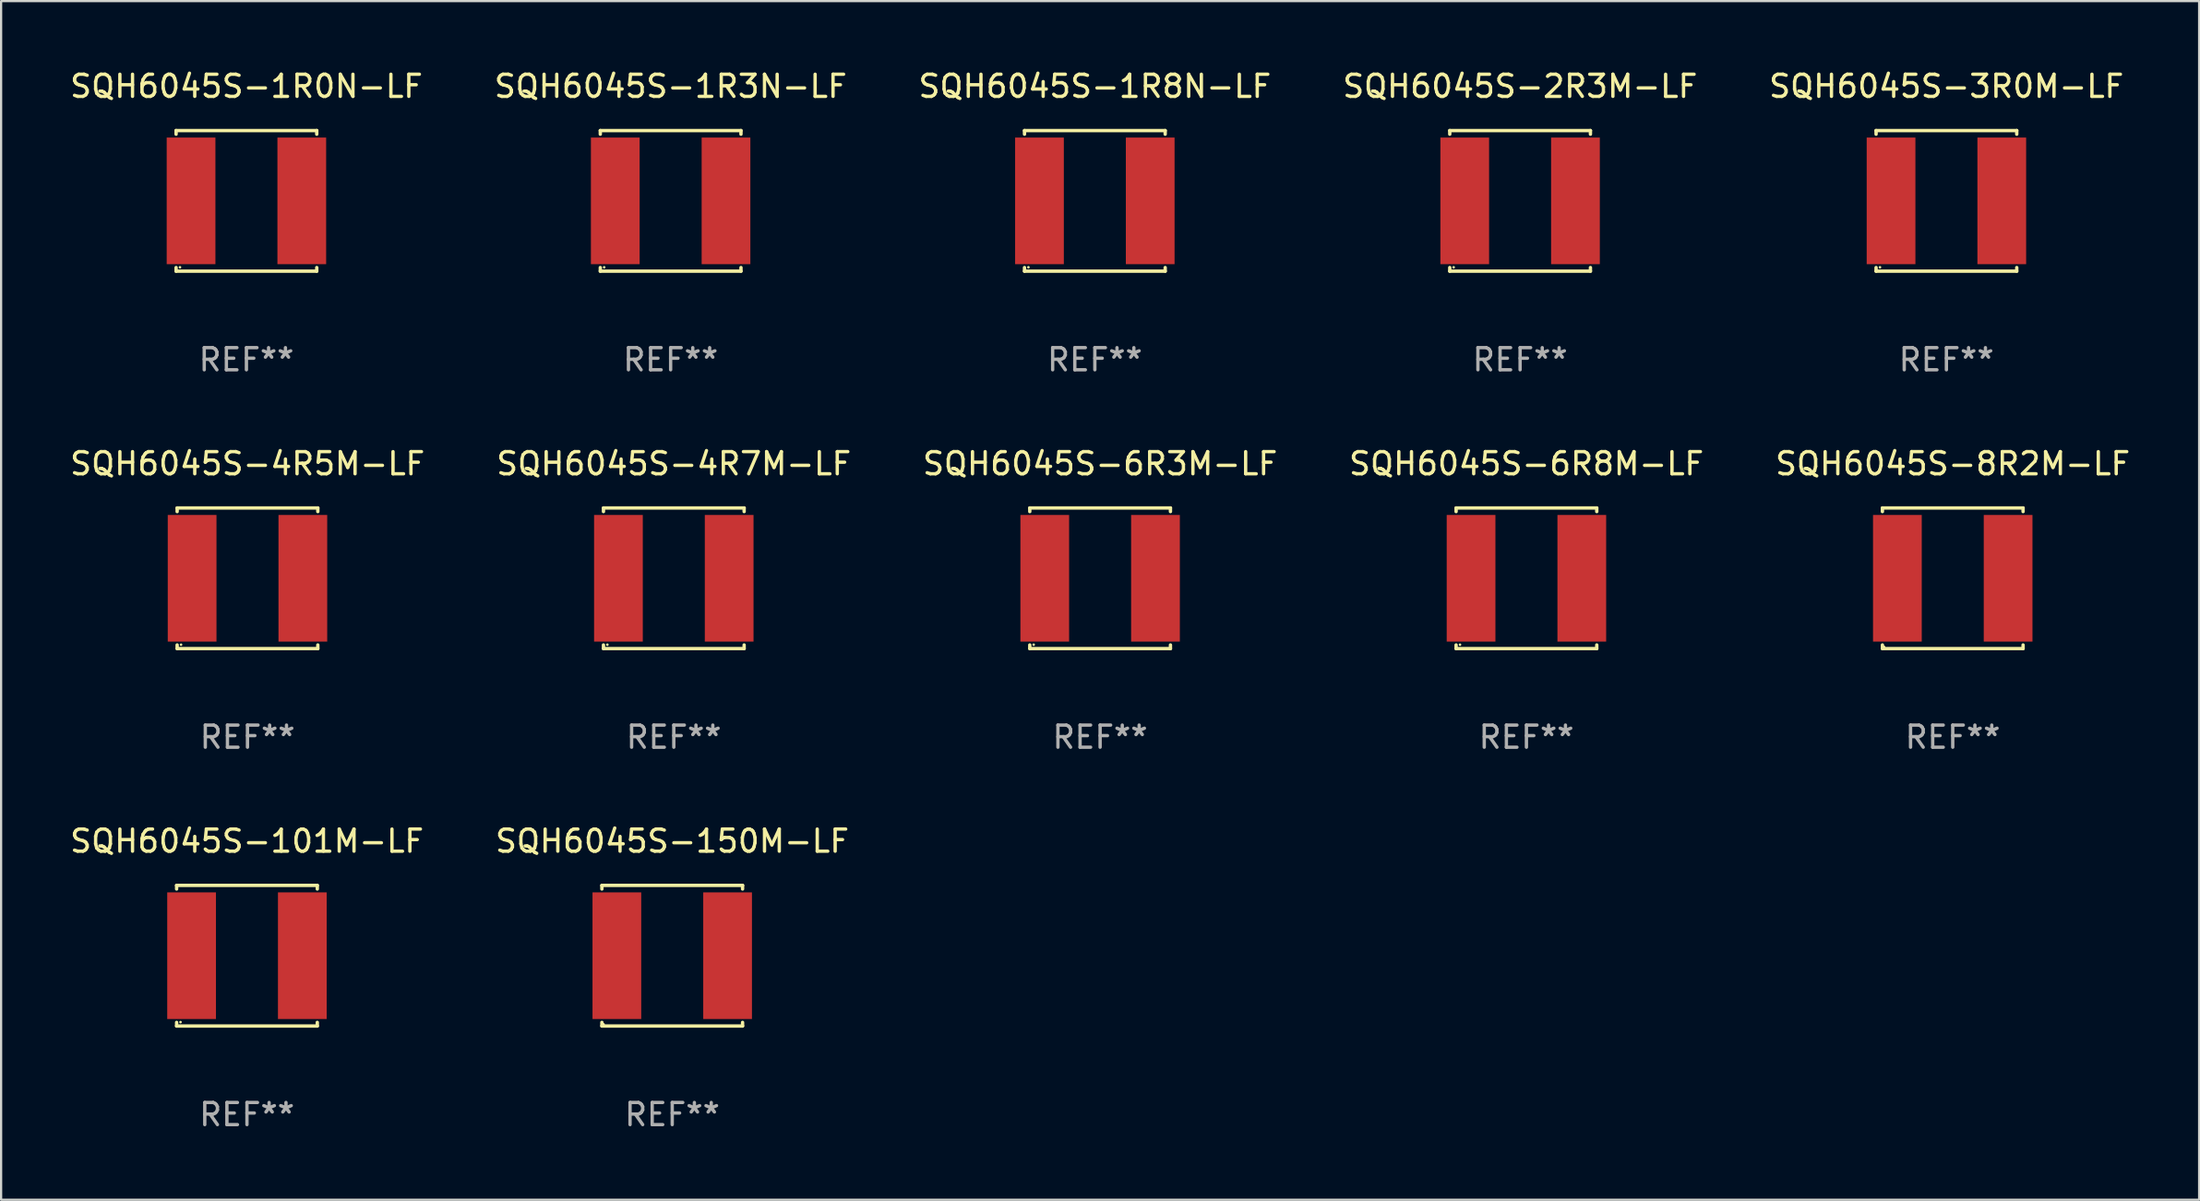
<source format=kicad_pcb>
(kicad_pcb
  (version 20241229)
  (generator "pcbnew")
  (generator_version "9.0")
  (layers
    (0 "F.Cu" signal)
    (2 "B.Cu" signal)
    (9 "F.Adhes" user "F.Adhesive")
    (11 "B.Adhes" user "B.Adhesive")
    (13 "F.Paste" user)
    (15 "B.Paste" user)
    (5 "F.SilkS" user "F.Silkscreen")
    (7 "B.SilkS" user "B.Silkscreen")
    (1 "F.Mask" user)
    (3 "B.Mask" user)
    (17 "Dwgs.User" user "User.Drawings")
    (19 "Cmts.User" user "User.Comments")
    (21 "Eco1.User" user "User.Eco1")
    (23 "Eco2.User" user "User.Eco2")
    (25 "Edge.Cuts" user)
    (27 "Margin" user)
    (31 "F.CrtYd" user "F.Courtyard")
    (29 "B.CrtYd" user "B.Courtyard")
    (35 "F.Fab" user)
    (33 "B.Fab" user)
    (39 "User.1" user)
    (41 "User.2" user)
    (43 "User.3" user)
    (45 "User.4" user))
  (footprint "SQH6045S-1R8N-LF"
    (layer "F.Cu")
    (at 46.387 6.024)
    (property "Reference" "SQH6045S-1R8N-LF" (at 0 -5.176 0) (layer "F.SilkS") (effects (font (size 1 1) (thickness 0.15))))
    (attr through_hole)
    (fp_line (start -3.176 -3.176) (end 3.176 -3.176) (stroke (width 0.152) (type solid)) (layer "F.SilkS"))
    (fp_line (start -3.176 -3.012) (end -3.176 -3.176) (stroke (width 0.152) (type solid)) (layer "F.SilkS"))
    (fp_line (start -3.176 3.012) (end -3.176 3.176) (stroke (width 0.152) (type solid)) (layer "F.SilkS"))
    (fp_line (start -3.176 3.176) (end 3.176 3.176) (stroke (width 0.152) (type solid)) (layer "F.SilkS"))
    (fp_line (start 3.176 -3.176) (end 3.176 -3.012) (stroke (width 0.152) (type solid)) (layer "F.SilkS"))
    (fp_line (start 3.176 3.176) (end 3.176 3.012) (stroke (width 0.152) (type solid)) (layer "F.SilkS"))
    (fp_circle (center -3 3) (end -2.97 3) (stroke (width 0.06) (type solid)) (fill no) (layer "F.SilkS"))
    (fp_text user "REF**" (at 0 7.176 0) (layer "F.Fab") (effects (font (size 1 1) (thickness 0.15))))
    (pad "1" smd rect (at -2.5 0) (size 2.2 5.72) (layers "F.Cu" "F.Mask" "F.Paste"))
    (pad "2" smd rect (at 2.5 0) (size 2.2 5.72) (layers "F.Cu" "F.Mask" "F.Paste")))
  (footprint "SQH6045S-6R3M-LF"
    (layer "F.Cu")
    (at 46.625 23.073)
    (property "Reference" "SQH6045S-6R3M-LF" (at 0 -5.176 0) (layer "F.SilkS") (effects (font (size 1 1) (thickness 0.15))))
    (attr through_hole)
    (fp_line (start -3.176 -3.176) (end 3.176 -3.176) (stroke (width 0.152) (type solid)) (layer "F.SilkS"))
    (fp_line (start -3.176 -3.012) (end -3.176 -3.176) (stroke (width 0.152) (type solid)) (layer "F.SilkS"))
    (fp_line (start -3.176 3.012) (end -3.176 3.176) (stroke (width 0.152) (type solid)) (layer "F.SilkS"))
    (fp_line (start -3.176 3.176) (end 3.176 3.176) (stroke (width 0.152) (type solid)) (layer "F.SilkS"))
    (fp_line (start 3.176 -3.176) (end 3.176 -3.012) (stroke (width 0.152) (type solid)) (layer "F.SilkS"))
    (fp_line (start 3.176 3.176) (end 3.176 3.012) (stroke (width 0.152) (type solid)) (layer "F.SilkS"))
    (fp_circle (center -3 3) (end -2.97 3) (stroke (width 0.06) (type solid)) (fill no) (layer "F.SilkS"))
    (fp_text user "REF**" (at 0 7.176 0) (layer "F.Fab") (effects (font (size 1 1) (thickness 0.15))))
    (pad "1" smd rect (at -2.5 0) (size 2.2 5.72) (layers "F.Cu" "F.Mask" "F.Paste"))
    (pad "2" smd rect (at 2.5 0) (size 2.2 5.72) (layers "F.Cu" "F.Mask" "F.Paste")))
  (footprint "SQH6045S-6R8M-LF"
    (layer "F.Cu")
    (at 65.875 23.073)
    (property "Reference" "SQH6045S-6R8M-LF" (at 0 -5.176 0) (layer "F.SilkS") (effects (font (size 1 1) (thickness 0.15))))
    (attr through_hole)
    (fp_line (start -3.176 -3.176) (end 3.176 -3.176) (stroke (width 0.152) (type solid)) (layer "F.SilkS"))
    (fp_line (start -3.176 -3.012) (end -3.176 -3.176) (stroke (width 0.152) (type solid)) (layer "F.SilkS"))
    (fp_line (start -3.176 3.012) (end -3.176 3.176) (stroke (width 0.152) (type solid)) (layer "F.SilkS"))
    (fp_line (start -3.176 3.176) (end 3.176 3.176) (stroke (width 0.152) (type solid)) (layer "F.SilkS"))
    (fp_line (start 3.176 -3.176) (end 3.176 -3.012) (stroke (width 0.152) (type solid)) (layer "F.SilkS"))
    (fp_line (start 3.176 3.176) (end 3.176 3.012) (stroke (width 0.152) (type solid)) (layer "F.SilkS"))
    (fp_circle (center -3 3) (end -2.97 3) (stroke (width 0.06) (type solid)) (fill no) (layer "F.SilkS"))
    (fp_text user "REF**" (at 0 7.176 0) (layer "F.Fab") (effects (font (size 1 1) (thickness 0.15))))
    (pad "1" smd rect (at -2.5 0) (size 2.2 5.72) (layers "F.Cu" "F.Mask" "F.Paste"))
    (pad "2" smd rect (at 2.5 0) (size 2.2 5.72) (layers "F.Cu" "F.Mask" "F.Paste")))
  (footprint "SQH6045S-1R0N-LF"
    (layer "F.Cu")
    (at 8.077 6.024)
    (property "Reference" "SQH6045S-1R0N-LF" (at 0 -5.176 0) (layer "F.SilkS") (effects (font (size 1 1) (thickness 0.15))))
    (attr through_hole)
    (fp_line (start -3.176 -3.176) (end 3.176 -3.176) (stroke (width 0.152) (type solid)) (layer "F.SilkS"))
    (fp_line (start -3.176 -3.012) (end -3.176 -3.176) (stroke (width 0.152) (type solid)) (layer "F.SilkS"))
    (fp_line (start -3.176 3.012) (end -3.176 3.176) (stroke (width 0.152) (type solid)) (layer "F.SilkS"))
    (fp_line (start -3.176 3.176) (end 3.176 3.176) (stroke (width 0.152) (type solid)) (layer "F.SilkS"))
    (fp_line (start 3.176 -3.176) (end 3.176 -3.012) (stroke (width 0.152) (type solid)) (layer "F.SilkS"))
    (fp_line (start 3.176 3.176) (end 3.176 3.012) (stroke (width 0.152) (type solid)) (layer "F.SilkS"))
    (fp_circle (center -3 3) (end -2.97 3) (stroke (width 0.06) (type solid)) (fill no) (layer "F.SilkS"))
    (fp_text user "REF**" (at 0 7.176 0) (layer "F.Fab") (effects (font (size 1 1) (thickness 0.15))))
    (pad "1" smd rect (at -2.5 0) (size 2.2 5.72) (layers "F.Cu" "F.Mask" "F.Paste"))
    (pad "2" smd rect (at 2.5 0) (size 2.2 5.72) (layers "F.Cu" "F.Mask" "F.Paste")))
  (footprint "SQH6045S-4R5M-LF"
    (layer "F.Cu")
    (at 8.125 23.073)
    (property "Reference" "SQH6045S-4R5M-LF" (at 0 -5.176 0) (layer "F.SilkS") (effects (font (size 1 1) (thickness 0.15))))
    (attr through_hole)
    (fp_line (start -3.176 -3.176) (end 3.176 -3.176) (stroke (width 0.152) (type solid)) (layer "F.SilkS"))
    (fp_line (start -3.176 -3.012) (end -3.176 -3.176) (stroke (width 0.152) (type solid)) (layer "F.SilkS"))
    (fp_line (start -3.176 3.012) (end -3.176 3.176) (stroke (width 0.152) (type solid)) (layer "F.SilkS"))
    (fp_line (start -3.176 3.176) (end 3.176 3.176) (stroke (width 0.152) (type solid)) (layer "F.SilkS"))
    (fp_line (start 3.176 -3.176) (end 3.176 -3.012) (stroke (width 0.152) (type solid)) (layer "F.SilkS"))
    (fp_line (start 3.176 3.176) (end 3.176 3.012) (stroke (width 0.152) (type solid)) (layer "F.SilkS"))
    (fp_circle (center -3 3) (end -2.97 3) (stroke (width 0.06) (type solid)) (fill no) (layer "F.SilkS"))
    (fp_text user "REF**" (at 0 7.176 0) (layer "F.Fab") (effects (font (size 1 1) (thickness 0.15))))
    (pad "1" smd rect (at -2.5 0) (size 2.2 5.72) (layers "F.Cu" "F.Mask" "F.Paste"))
    (pad "2" smd rect (at 2.5 0) (size 2.2 5.72) (layers "F.Cu" "F.Mask" "F.Paste")))
  (footprint "SQH6045S-8R2M-LF"
    (layer "F.Cu")
    (at 85.125 23.073)
    (property "Reference" "SQH6045S-8R2M-LF" (at 0 -5.176 0) (layer "F.SilkS") (effects (font (size 1 1) (thickness 0.15))))
    (attr through_hole)
    (fp_line (start -3.176 -3.176) (end 3.176 -3.176) (stroke (width 0.152) (type solid)) (layer "F.SilkS"))
    (fp_line (start -3.176 -3.012) (end -3.176 -3.176) (stroke (width 0.152) (type solid)) (layer "F.SilkS"))
    (fp_line (start -3.176 3.012) (end -3.176 3.176) (stroke (width 0.152) (type solid)) (layer "F.SilkS"))
    (fp_line (start -3.176 3.176) (end 3.176 3.176) (stroke (width 0.152) (type solid)) (layer "F.SilkS"))
    (fp_line (start 3.176 -3.176) (end 3.176 -3.012) (stroke (width 0.152) (type solid)) (layer "F.SilkS"))
    (fp_line (start 3.176 3.176) (end 3.176 3.012) (stroke (width 0.152) (type solid)) (layer "F.SilkS"))
    (fp_circle (center -3.1 3.1) (end -3.07 3.1) (stroke (width 0.06) (type solid)) (fill no) (layer "F.SilkS"))
    (fp_text user "REF**" (at 0 7.176 0) (layer "F.Fab") (effects (font (size 1 1) (thickness 0.15))))
    (pad "1" smd rect (at -2.5 0) (size 2.2 5.72) (layers "F.Cu" "F.Mask" "F.Paste"))
    (pad "2" smd rect (at 2.5 0) (size 2.2 5.72) (layers "F.Cu" "F.Mask" "F.Paste")))
  (footprint "SQH6045S-101M-LF"
    (layer "F.Cu")
    (at 8.101 40.122)
    (property "Reference" "SQH6045S-101M-LF" (at 0 -5.176 0) (layer "F.SilkS") (effects (font (size 1 1) (thickness 0.15))))
    (attr through_hole)
    (fp_line (start -3.176 -3.176) (end 3.176 -3.176) (stroke (width 0.152) (type solid)) (layer "F.SilkS"))
    (fp_line (start -3.176 -3.012) (end -3.176 -3.176) (stroke (width 0.152) (type solid)) (layer "F.SilkS"))
    (fp_line (start -3.176 3.012) (end -3.176 3.176) (stroke (width 0.152) (type solid)) (layer "F.SilkS"))
    (fp_line (start -3.176 3.176) (end 3.176 3.176) (stroke (width 0.152) (type solid)) (layer "F.SilkS"))
    (fp_line (start 3.176 -3.176) (end 3.176 -3.012) (stroke (width 0.152) (type solid)) (layer "F.SilkS"))
    (fp_line (start 3.176 3.176) (end 3.176 3.012) (stroke (width 0.152) (type solid)) (layer "F.SilkS"))
    (fp_circle (center -3 3) (end -2.97 3) (stroke (width 0.06) (type solid)) (fill no) (layer "F.SilkS"))
    (fp_text user "REF**" (at 0 7.176 0) (layer "F.Fab") (effects (font (size 1 1) (thickness 0.15))))
    (pad "1" smd rect (at -2.5 0) (size 2.2 5.72) (layers "F.Cu" "F.Mask" "F.Paste"))
    (pad "2" smd rect (at 2.5 0) (size 2.2 5.72) (layers "F.Cu" "F.Mask" "F.Paste")))
  (footprint "SQH6045S-1R3N-LF"
    (layer "F.Cu")
    (at 27.232 6.024)
    (property "Reference" "SQH6045S-1R3N-LF" (at 0 -5.176 0) (layer "F.SilkS") (effects (font (size 1 1) (thickness 0.15))))
    (attr through_hole)
    (fp_line (start -3.176 -3.176) (end 3.176 -3.176) (stroke (width 0.152) (type solid)) (layer "F.SilkS"))
    (fp_line (start -3.176 -3.012) (end -3.176 -3.176) (stroke (width 0.152) (type solid)) (layer "F.SilkS"))
    (fp_line (start -3.176 3.012) (end -3.176 3.176) (stroke (width 0.152) (type solid)) (layer "F.SilkS"))
    (fp_line (start -3.176 3.176) (end 3.176 3.176) (stroke (width 0.152) (type solid)) (layer "F.SilkS"))
    (fp_line (start 3.176 -3.176) (end 3.176 -3.012) (stroke (width 0.152) (type solid)) (layer "F.SilkS"))
    (fp_line (start 3.176 3.176) (end 3.176 3.012) (stroke (width 0.152) (type solid)) (layer "F.SilkS"))
    (fp_circle (center -3 3) (end -2.97 3) (stroke (width 0.06) (type solid)) (fill no) (layer "F.SilkS"))
    (fp_text user "REF**" (at 0 7.176 0) (layer "F.Fab") (effects (font (size 1 1) (thickness 0.15))))
    (pad "1" smd rect (at -2.5 0) (size 2.2 5.72) (layers "F.Cu" "F.Mask" "F.Paste"))
    (pad "2" smd rect (at 2.5 0) (size 2.2 5.72) (layers "F.Cu" "F.Mask" "F.Paste")))
  (footprint "SQH6045S-3R0M-LF"
    (layer "F.Cu")
    (at 84.839 6.024)
    (property "Reference" "SQH6045S-3R0M-LF" (at 0 -5.176 0) (layer "F.SilkS") (effects (font (size 1 1) (thickness 0.15))))
    (attr through_hole)
    (fp_line (start -3.176 -3.176) (end 3.176 -3.176) (stroke (width 0.152) (type solid)) (layer "F.SilkS"))
    (fp_line (start -3.176 -3.012) (end -3.176 -3.176) (stroke (width 0.152) (type solid)) (layer "F.SilkS"))
    (fp_line (start -3.176 3.012) (end -3.176 3.176) (stroke (width 0.152) (type solid)) (layer "F.SilkS"))
    (fp_line (start -3.176 3.176) (end 3.176 3.176) (stroke (width 0.152) (type solid)) (layer "F.SilkS"))
    (fp_line (start 3.176 -3.176) (end 3.176 -3.012) (stroke (width 0.152) (type solid)) (layer "F.SilkS"))
    (fp_line (start 3.176 3.176) (end 3.176 3.012) (stroke (width 0.152) (type solid)) (layer "F.SilkS"))
    (fp_circle (center -3 3) (end -2.97 3) (stroke (width 0.06) (type solid)) (fill no) (layer "F.SilkS"))
    (fp_text user "REF**" (at 0 7.176 0) (layer "F.Fab") (effects (font (size 1 1) (thickness 0.15))))
    (pad "1" smd rect (at -2.5 0) (size 2.2 5.72) (layers "F.Cu" "F.Mask" "F.Paste"))
    (pad "2" smd rect (at 2.5 0) (size 2.2 5.72) (layers "F.Cu" "F.Mask" "F.Paste")))
  (footprint "SQH6045S-4R7M-LF"
    (layer "F.Cu")
    (at 27.375 23.073)
    (property "Reference" "SQH6045S-4R7M-LF" (at 0 -5.176 0) (layer "F.SilkS") (effects (font (size 1 1) (thickness 0.15))))
    (attr through_hole)
    (fp_line (start -3.176 -3.176) (end 3.176 -3.176) (stroke (width 0.152) (type solid)) (layer "F.SilkS"))
    (fp_line (start -3.176 -3.012) (end -3.176 -3.176) (stroke (width 0.152) (type solid)) (layer "F.SilkS"))
    (fp_line (start -3.176 3.012) (end -3.176 3.176) (stroke (width 0.152) (type solid)) (layer "F.SilkS"))
    (fp_line (start -3.176 3.176) (end 3.176 3.176) (stroke (width 0.152) (type solid)) (layer "F.SilkS"))
    (fp_line (start 3.176 -3.176) (end 3.176 -3.012) (stroke (width 0.152) (type solid)) (layer "F.SilkS"))
    (fp_line (start 3.176 3.176) (end 3.176 3.012) (stroke (width 0.152) (type solid)) (layer "F.SilkS"))
    (fp_circle (center -3 3) (end -2.97 3) (stroke (width 0.06) (type solid)) (fill no) (layer "F.SilkS"))
    (fp_text user "REF**" (at 0 7.176 0) (layer "F.Fab") (effects (font (size 1 1) (thickness 0.15))))
    (pad "1" smd rect (at -2.5 0) (size 2.2 5.72) (layers "F.Cu" "F.Mask" "F.Paste"))
    (pad "2" smd rect (at 2.5 0) (size 2.2 5.72) (layers "F.Cu" "F.Mask" "F.Paste")))
  (footprint "SQH6045S-150M-LF"
    (layer "F.Cu")
    (at 27.304 40.122)
    (property "Reference" "SQH6045S-150M-LF" (at 0 -5.176 0) (layer "F.SilkS") (effects (font (size 1 1) (thickness 0.15))))
    (attr through_hole)
    (fp_line (start -3.176 -3.176) (end 3.176 -3.176) (stroke (width 0.152) (type solid)) (layer "F.SilkS"))
    (fp_line (start -3.176 -3.012) (end -3.176 -3.176) (stroke (width 0.152) (type solid)) (layer "F.SilkS"))
    (fp_line (start -3.176 3.012) (end -3.176 3.176) (stroke (width 0.152) (type solid)) (layer "F.SilkS"))
    (fp_line (start -3.176 3.176) (end 3.176 3.176) (stroke (width 0.152) (type solid)) (layer "F.SilkS"))
    (fp_line (start 3.176 -3.176) (end 3.176 -3.012) (stroke (width 0.152) (type solid)) (layer "F.SilkS"))
    (fp_line (start 3.176 3.176) (end 3.176 3.012) (stroke (width 0.152) (type solid)) (layer "F.SilkS"))
    (fp_circle (center -3.1 3.1) (end -3.07 3.1) (stroke (width 0.06) (type solid)) (fill no) (layer "F.SilkS"))
    (fp_text user "REF**" (at 0 7.176 0) (layer "F.Fab") (effects (font (size 1 1) (thickness 0.15))))
    (pad "1" smd rect (at -2.5 0) (size 2.2 5.72) (layers "F.Cu" "F.Mask" "F.Paste"))
    (pad "2" smd rect (at 2.5 0) (size 2.2 5.72) (layers "F.Cu" "F.Mask" "F.Paste")))
  (footprint "SQH6045S-2R3M-LF"
    (layer "F.Cu")
    (at 65.589 6.024)
    (property "Reference" "SQH6045S-2R3M-LF" (at 0 -5.176 0) (layer "F.SilkS") (effects (font (size 1 1) (thickness 0.15))))
    (attr through_hole)
    (fp_line (start -3.176 -3.176) (end 3.176 -3.176) (stroke (width 0.152) (type solid)) (layer "F.SilkS"))
    (fp_line (start -3.176 -3.012) (end -3.176 -3.176) (stroke (width 0.152) (type solid)) (layer "F.SilkS"))
    (fp_line (start -3.176 3.012) (end -3.176 3.176) (stroke (width 0.152) (type solid)) (layer "F.SilkS"))
    (fp_line (start -3.176 3.176) (end 3.176 3.176) (stroke (width 0.152) (type solid)) (layer "F.SilkS"))
    (fp_line (start 3.176 -3.176) (end 3.176 -3.012) (stroke (width 0.152) (type solid)) (layer "F.SilkS"))
    (fp_line (start 3.176 3.176) (end 3.176 3.012) (stroke (width 0.152) (type solid)) (layer "F.SilkS"))
    (fp_circle (center -3 3) (end -2.97 3) (stroke (width 0.06) (type solid)) (fill no) (layer "F.SilkS"))
    (fp_text user "REF**" (at 0 7.176 0) (layer "F.Fab") (effects (font (size 1 1) (thickness 0.15))))
    (pad "1" smd rect (at -2.5 0) (size 2.2 5.72) (layers "F.Cu" "F.Mask" "F.Paste"))
    (pad "2" smd rect (at 2.5 0) (size 2.2 5.72) (layers "F.Cu" "F.Mask" "F.Paste")))
  (gr_rect
    (start -3 -3)
    (end 96.25 51.147)
    (stroke (width 0.1) (type default))
    (fill no)
    (layer "Edge.Cuts")))
</source>
